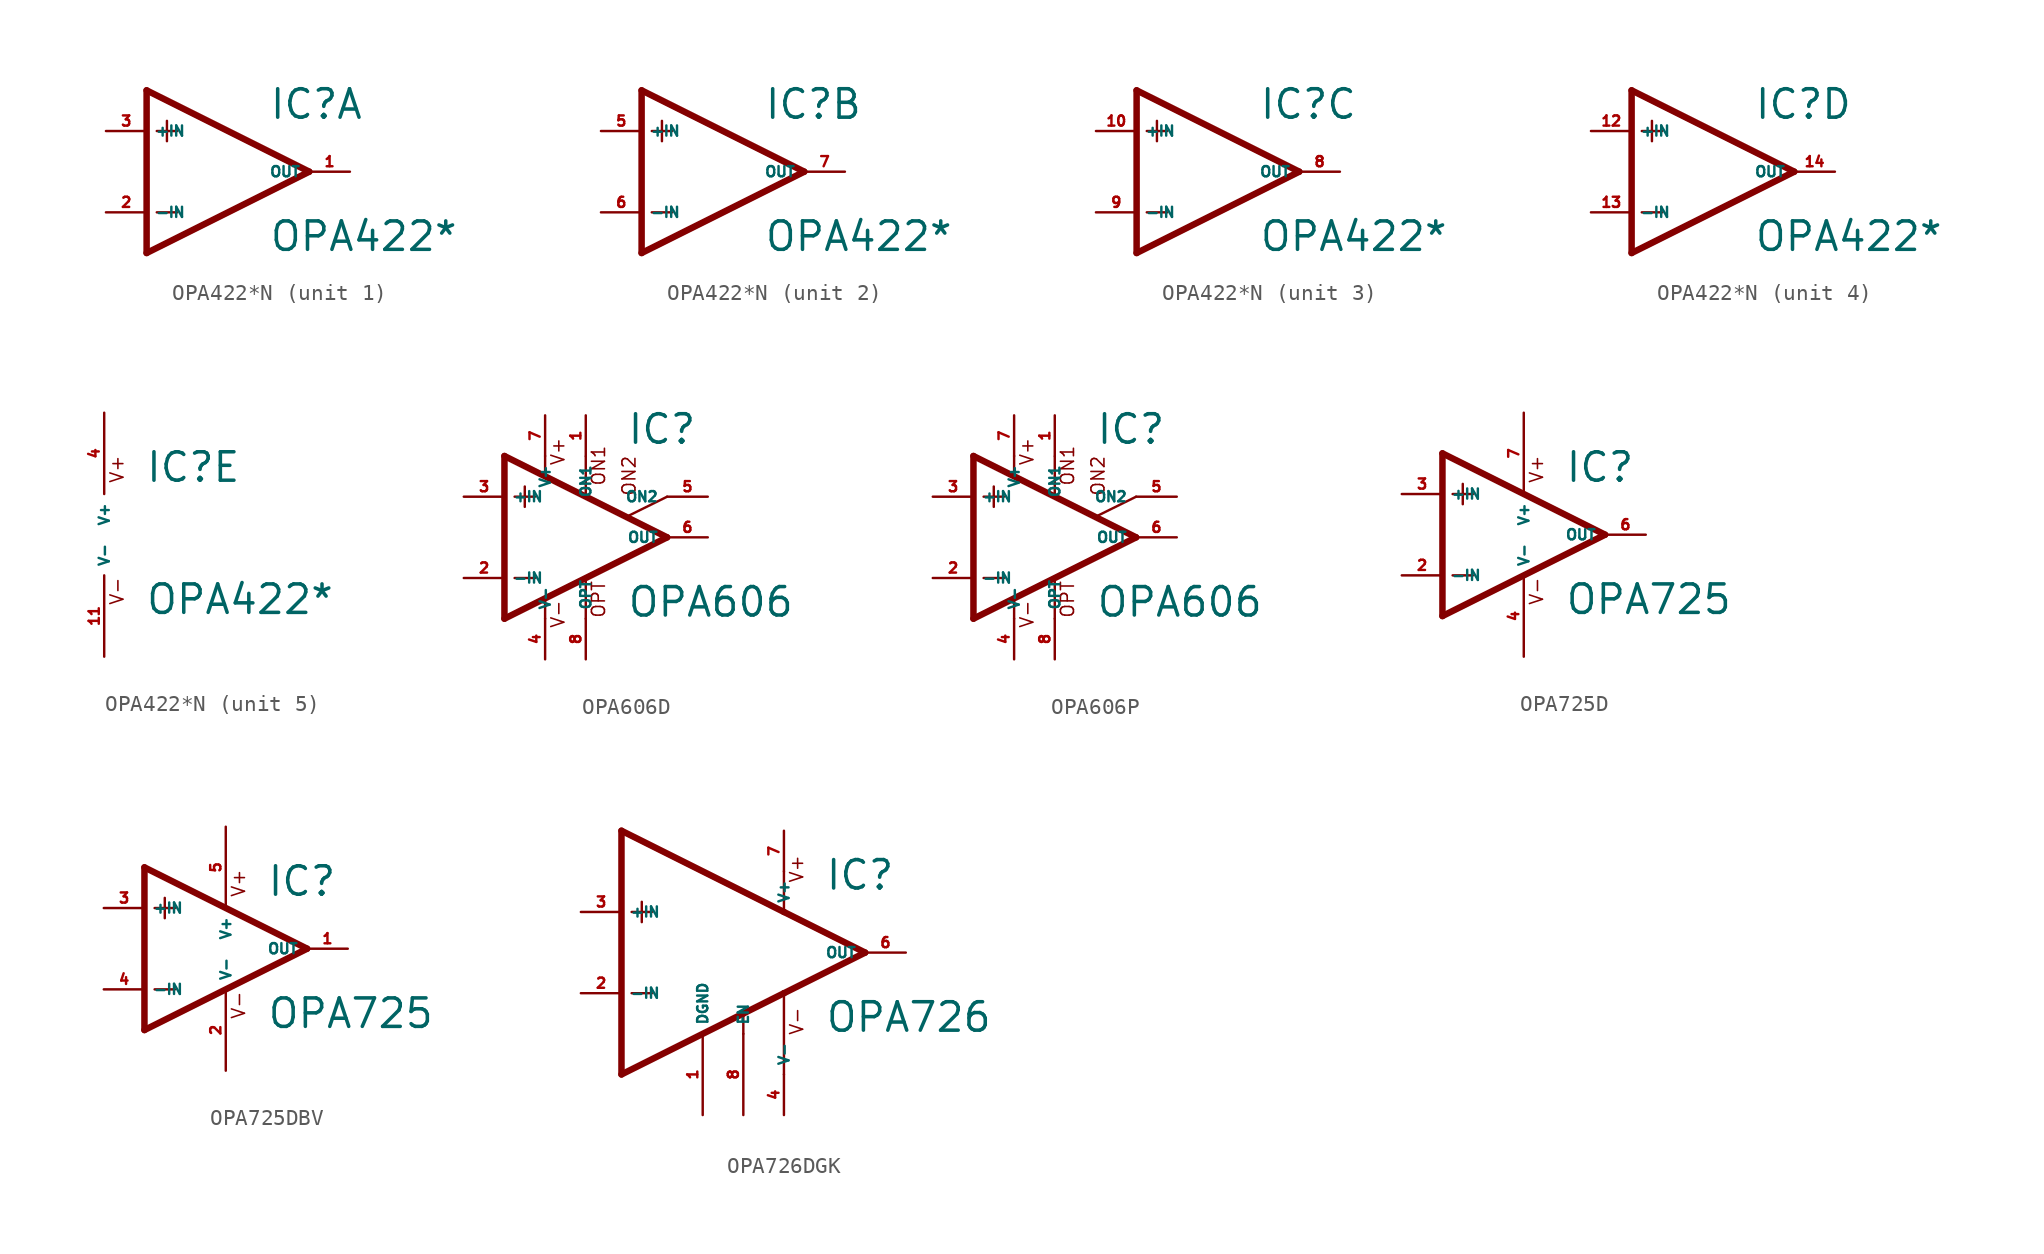
<source format=kicad_sym>
(kicad_symbol_lib
  (version 20220914)
  (generator Eagle2Kicad)
  (symbol "OPA422*N"
    (property "Reference" "IC"
      (at 2.54 3.175 0)
      (effects (font (size 1.778 1.778) (thickness 0.22)) (justify left bottom)))
    (property "Value" "OPA422*"
      (at 2.54 -5.08 0)
      (effects (font (size 1.778 1.778) (thickness 0.22)) (justify left bottom)))
    (symbol "OPA422*N_1_0"
      (polyline (pts (xy -5.08 5.08) (xy -5.08 -5.08)) (stroke (width 0.406) (type default)) (fill (type none)))
      (polyline (pts (xy -5.08 -5.08) (xy 5.08 0)) (stroke (width 0.406) (type default)) (fill (type none)))
      (polyline (pts (xy 5.08 0) (xy -5.08 5.08)) (stroke (width 0.406) (type default)) (fill (type none)))
      (polyline (pts (xy -3.81 3.175) (xy -3.81 1.905)) (stroke (width 0.152) (type default)) (fill (type none)))
      (polyline (pts (xy -4.445 2.54) (xy -3.175 2.54)) (stroke (width 0.152) (type default)) (fill (type none)))
      (polyline (pts (xy -4.445 -2.54) (xy -3.175 -2.54)) (stroke (width 0.152) (type default)) (fill (type none)))
      (pin input line (at -7.62 -2.54 0) (length 2.54) (name "-IN" (effects (font (size 0.635 0.635) (thickness 0.08)) (justify left bottom))) (number "2" (effects (font (size 0.635 0.635) (thickness 0.08)) (justify left bottom))))
      (pin input line (at -7.62 2.54 0) (length 2.54) (name "+IN" (effects (font (size 0.635 0.635) (thickness 0.08)) (justify left bottom))) (number "3" (effects (font (size 0.635 0.635) (thickness 0.08)) (justify left bottom))))
      (pin output line (at 7.62 0 180) (length 2.54) (name "OUT" (effects (font (size 0.635 0.635) (thickness 0.08)) (justify left bottom))) (number "1" (effects (font (size 0.635 0.635) (thickness 0.08)) (justify left bottom)))))
    (symbol "OPA422*N_2_0"
      (polyline (pts (xy -5.08 5.08) (xy -5.08 -5.08)) (stroke (width 0.406) (type default)) (fill (type none)))
      (polyline (pts (xy -5.08 -5.08) (xy 5.08 0)) (stroke (width 0.406) (type default)) (fill (type none)))
      (polyline (pts (xy 5.08 0) (xy -5.08 5.08)) (stroke (width 0.406) (type default)) (fill (type none)))
      (polyline (pts (xy -3.81 3.175) (xy -3.81 1.905)) (stroke (width 0.152) (type default)) (fill (type none)))
      (polyline (pts (xy -4.445 2.54) (xy -3.175 2.54)) (stroke (width 0.152) (type default)) (fill (type none)))
      (polyline (pts (xy -4.445 -2.54) (xy -3.175 -2.54)) (stroke (width 0.152) (type default)) (fill (type none)))
      (pin input line (at -7.62 -2.54 0) (length 2.54) (name "-IN" (effects (font (size 0.635 0.635) (thickness 0.08)) (justify left bottom))) (number "6" (effects (font (size 0.635 0.635) (thickness 0.08)) (justify left bottom))))
      (pin input line (at -7.62 2.54 0) (length 2.54) (name "+IN" (effects (font (size 0.635 0.635) (thickness 0.08)) (justify left bottom))) (number "5" (effects (font (size 0.635 0.635) (thickness 0.08)) (justify left bottom))))
      (pin output line (at 7.62 0 180) (length 2.54) (name "OUT" (effects (font (size 0.635 0.635) (thickness 0.08)) (justify left bottom))) (number "7" (effects (font (size 0.635 0.635) (thickness 0.08)) (justify left bottom)))))
    (symbol "OPA422*N_3_0"
      (polyline (pts (xy -5.08 5.08) (xy -5.08 -5.08)) (stroke (width 0.406) (type default)) (fill (type none)))
      (polyline (pts (xy -5.08 -5.08) (xy 5.08 0)) (stroke (width 0.406) (type default)) (fill (type none)))
      (polyline (pts (xy 5.08 0) (xy -5.08 5.08)) (stroke (width 0.406) (type default)) (fill (type none)))
      (polyline (pts (xy -3.81 3.175) (xy -3.81 1.905)) (stroke (width 0.152) (type default)) (fill (type none)))
      (polyline (pts (xy -4.445 2.54) (xy -3.175 2.54)) (stroke (width 0.152) (type default)) (fill (type none)))
      (polyline (pts (xy -4.445 -2.54) (xy -3.175 -2.54)) (stroke (width 0.152) (type default)) (fill (type none)))
      (pin input line (at -7.62 -2.54 0) (length 2.54) (name "-IN" (effects (font (size 0.635 0.635) (thickness 0.08)) (justify left bottom))) (number "9" (effects (font (size 0.635 0.635) (thickness 0.08)) (justify left bottom))))
      (pin input line (at -7.62 2.54 0) (length 2.54) (name "+IN" (effects (font (size 0.635 0.635) (thickness 0.08)) (justify left bottom))) (number "10" (effects (font (size 0.635 0.635) (thickness 0.08)) (justify left bottom))))
      (pin output line (at 7.62 0 180) (length 2.54) (name "OUT" (effects (font (size 0.635 0.635) (thickness 0.08)) (justify left bottom))) (number "8" (effects (font (size 0.635 0.635) (thickness 0.08)) (justify left bottom)))))
    (symbol "OPA422*N_4_0"
      (polyline (pts (xy -5.08 5.08) (xy -5.08 -5.08)) (stroke (width 0.406) (type default)) (fill (type none)))
      (polyline (pts (xy -5.08 -5.08) (xy 5.08 0)) (stroke (width 0.406) (type default)) (fill (type none)))
      (polyline (pts (xy 5.08 0) (xy -5.08 5.08)) (stroke (width 0.406) (type default)) (fill (type none)))
      (polyline (pts (xy -3.81 3.175) (xy -3.81 1.905)) (stroke (width 0.152) (type default)) (fill (type none)))
      (polyline (pts (xy -4.445 2.54) (xy -3.175 2.54)) (stroke (width 0.152) (type default)) (fill (type none)))
      (polyline (pts (xy -4.445 -2.54) (xy -3.175 -2.54)) (stroke (width 0.152) (type default)) (fill (type none)))
      (pin input line (at -7.62 -2.54 0) (length 2.54) (name "-IN" (effects (font (size 0.635 0.635) (thickness 0.08)) (justify left bottom))) (number "13" (effects (font (size 0.635 0.635) (thickness 0.08)) (justify left bottom))))
      (pin input line (at -7.62 2.54 0) (length 2.54) (name "+IN" (effects (font (size 0.635 0.635) (thickness 0.08)) (justify left bottom))) (number "12" (effects (font (size 0.635 0.635) (thickness 0.08)) (justify left bottom))))
      (pin output line (at 7.62 0 180) (length 2.54) (name "OUT" (effects (font (size 0.635 0.635) (thickness 0.08)) (justify left bottom))) (number "14" (effects (font (size 0.635 0.635) (thickness 0.08)) (justify left bottom)))))
    (symbol "OPA422*N_5_0"
      (text "V+" (at 1.27 3.175 900) (effects (font (size 0.813 0.813) (thickness 0.10)) (justify left bottom)))
      (text "V-" (at 1.27 -4.445 900) (effects (font (size 0.813 0.813) (thickness 0.10)) (justify left bottom)))
      (pin unspecified line (at 0 7.62 270) (length 5.08) (name "V+" (effects (font (size 0.635 0.635) (thickness 0.08)) (justify left bottom))) (number "4" (effects (font (size 0.635 0.635) (thickness 0.08)) (justify left bottom))))
      (pin unspecified line (at 0 -7.62 90) (length 5.08) (name "V-" (effects (font (size 0.635 0.635) (thickness 0.08)) (justify left bottom))) (number "11" (effects (font (size 0.635 0.635) (thickness 0.08)) (justify left bottom))))))
  (symbol "OPA606D"
    (property "Reference" "IC"
      (at 2.54 5.715 0)
      (effects (font (size 1.778 1.778) (thickness 0.22)) (justify left bottom)))
    (property "Value" "OPA606"
      (at 2.54 -5.08 0)
      (effects (font (size 1.778 1.778) (thickness 0.22)) (justify left bottom)))
    (polyline
      (pts (xy -3.81 3.175) (xy -3.81 1.905))
      (stroke (width 0.152) (type default))
      (fill (type none)))
    (polyline
      (pts (xy -4.445 2.54) (xy -3.175 2.54))
      (stroke (width 0.152) (type default))
      (fill (type none)))
    (polyline
      (pts (xy -4.445 -2.54) (xy -3.175 -2.54))
      (stroke (width 0.152) (type default))
      (fill (type none)))
    (polyline
      (pts (xy -2.54 5.08) (xy -2.54 3.886))
      (stroke (width 0.152) (type default))
      (fill (type none)))
    (polyline
      (pts (xy 0 5.055) (xy 0 2.616))
      (stroke (width 0.152) (type default))
      (fill (type none)))
    (polyline
      (pts (xy 0 -2.616) (xy 0 -5.08))
      (stroke (width 0.152) (type default))
      (fill (type none)))
    (polyline
      (pts (xy -2.54 -3.912) (xy -2.54 -5.08))
      (stroke (width 0.152) (type default))
      (fill (type none)))
    (polyline
      (pts (xy 5.08 2.54) (xy 2.616 1.321))
      (stroke (width 0.152) (type default))
      (fill (type none)))
    (polyline
      (pts (xy 5.08 0) (xy -5.08 5.08))
      (stroke (width 0.406) (type default))
      (fill (type none)))
    (polyline
      (pts (xy -5.08 5.08) (xy -5.08 -5.08))
      (stroke (width 0.406) (type default))
      (fill (type none)))
    (polyline
      (pts (xy -5.08 -5.08) (xy 5.08 0))
      (stroke (width 0.406) (type default))
      (fill (type none)))
    (text "ON1"
      (at 1.27 3.175 900)
      (effects (font (size 0.813 0.813) (thickness 0.10)) (justify left bottom)))
    (text "ON2"
      (at 3.175 2.54 900)
      (effects (font (size 0.813 0.813) (thickness 0.10)) (justify left bottom)))
    (text "OPT"
      (at 1.27 -5.08 900)
      (effects (font (size 0.813 0.813) (thickness 0.10)) (justify left bottom)))
    (text "V+"
      (at -1.27 4.445 900)
      (effects (font (size 0.813 0.813) (thickness 0.10)) (justify left bottom)))
    (text "V-"
      (at -1.27 -5.715 900)
      (effects (font (size 0.813 0.813) (thickness 0.10)) (justify left bottom)))
    (pin passive line
      (at 7.62 2.54 180)
      (length 2.54)
      (name "ON2" (effects (font (size 0.635 0.635) (thickness 0.08)) (justify left bottom)))
      (number "5" (effects (font (size 0.635 0.635) (thickness 0.08)) (justify left bottom))))
    (pin passive line
      (at 0 7.62 270)
      (length 2.54)
      (name "ON1" (effects (font (size 0.635 0.635) (thickness 0.08)) (justify left bottom)))
      (number "1" (effects (font (size 0.635 0.635) (thickness 0.08)) (justify left bottom))))
    (pin input line
      (at -7.62 -2.54 0)
      (length 2.54)
      (name "-IN" (effects (font (size 0.635 0.635) (thickness 0.08)) (justify left bottom)))
      (number "2" (effects (font (size 0.635 0.635) (thickness 0.08)) (justify left bottom))))
    (pin input line
      (at -7.62 2.54 0)
      (length 2.54)
      (name "+IN" (effects (font (size 0.635 0.635) (thickness 0.08)) (justify left bottom)))
      (number "3" (effects (font (size 0.635 0.635) (thickness 0.08)) (justify left bottom))))
    (pin output line
      (at 7.62 0 180)
      (length 2.54)
      (name "OUT" (effects (font (size 0.635 0.635) (thickness 0.08)) (justify left bottom)))
      (number "6" (effects (font (size 0.635 0.635) (thickness 0.08)) (justify left bottom))))
    (pin passive line
      (at 0 -7.62 90)
      (length 2.54)
      (name "OPT" (effects (font (size 0.635 0.635) (thickness 0.08)) (justify left bottom)))
      (number "8" (effects (font (size 0.635 0.635) (thickness 0.08)) (justify left bottom))))
    (pin unspecified line
      (at -2.54 7.62 270)
      (length 2.54)
      (name "V+" (effects (font (size 0.635 0.635) (thickness 0.08)) (justify left bottom)))
      (number "7" (effects (font (size 0.635 0.635) (thickness 0.08)) (justify left bottom))))
    (pin unspecified line
      (at -2.54 -7.62 90)
      (length 2.54)
      (name "V-" (effects (font (size 0.635 0.635) (thickness 0.08)) (justify left bottom)))
      (number "4" (effects (font (size 0.635 0.635) (thickness 0.08)) (justify left bottom)))))
  (symbol "OPA606P"
    (property "Reference" "IC"
      (at 2.54 5.715 0)
      (effects (font (size 1.778 1.778) (thickness 0.22)) (justify left bottom)))
    (property "Value" "OPA606"
      (at 2.54 -5.08 0)
      (effects (font (size 1.778 1.778) (thickness 0.22)) (justify left bottom)))
    (polyline
      (pts (xy -3.81 3.175) (xy -3.81 1.905))
      (stroke (width 0.152) (type default))
      (fill (type none)))
    (polyline
      (pts (xy -4.445 2.54) (xy -3.175 2.54))
      (stroke (width 0.152) (type default))
      (fill (type none)))
    (polyline
      (pts (xy -4.445 -2.54) (xy -3.175 -2.54))
      (stroke (width 0.152) (type default))
      (fill (type none)))
    (polyline
      (pts (xy -2.54 5.08) (xy -2.54 3.886))
      (stroke (width 0.152) (type default))
      (fill (type none)))
    (polyline
      (pts (xy 0 5.055) (xy 0 2.616))
      (stroke (width 0.152) (type default))
      (fill (type none)))
    (polyline
      (pts (xy 0 -2.616) (xy 0 -5.08))
      (stroke (width 0.152) (type default))
      (fill (type none)))
    (polyline
      (pts (xy -2.54 -3.912) (xy -2.54 -5.08))
      (stroke (width 0.152) (type default))
      (fill (type none)))
    (polyline
      (pts (xy 5.08 2.54) (xy 2.616 1.321))
      (stroke (width 0.152) (type default))
      (fill (type none)))
    (polyline
      (pts (xy 5.08 0) (xy -5.08 5.08))
      (stroke (width 0.406) (type default))
      (fill (type none)))
    (polyline
      (pts (xy -5.08 5.08) (xy -5.08 -5.08))
      (stroke (width 0.406) (type default))
      (fill (type none)))
    (polyline
      (pts (xy -5.08 -5.08) (xy 5.08 0))
      (stroke (width 0.406) (type default))
      (fill (type none)))
    (text "ON1"
      (at 1.27 3.175 900)
      (effects (font (size 0.813 0.813) (thickness 0.10)) (justify left bottom)))
    (text "ON2"
      (at 3.175 2.54 900)
      (effects (font (size 0.813 0.813) (thickness 0.10)) (justify left bottom)))
    (text "OPT"
      (at 1.27 -5.08 900)
      (effects (font (size 0.813 0.813) (thickness 0.10)) (justify left bottom)))
    (text "V+"
      (at -1.27 4.445 900)
      (effects (font (size 0.813 0.813) (thickness 0.10)) (justify left bottom)))
    (text "V-"
      (at -1.27 -5.715 900)
      (effects (font (size 0.813 0.813) (thickness 0.10)) (justify left bottom)))
    (pin passive line
      (at 7.62 2.54 180)
      (length 2.54)
      (name "ON2" (effects (font (size 0.635 0.635) (thickness 0.08)) (justify left bottom)))
      (number "5" (effects (font (size 0.635 0.635) (thickness 0.08)) (justify left bottom))))
    (pin passive line
      (at 0 7.62 270)
      (length 2.54)
      (name "ON1" (effects (font (size 0.635 0.635) (thickness 0.08)) (justify left bottom)))
      (number "1" (effects (font (size 0.635 0.635) (thickness 0.08)) (justify left bottom))))
    (pin input line
      (at -7.62 -2.54 0)
      (length 2.54)
      (name "-IN" (effects (font (size 0.635 0.635) (thickness 0.08)) (justify left bottom)))
      (number "2" (effects (font (size 0.635 0.635) (thickness 0.08)) (justify left bottom))))
    (pin input line
      (at -7.62 2.54 0)
      (length 2.54)
      (name "+IN" (effects (font (size 0.635 0.635) (thickness 0.08)) (justify left bottom)))
      (number "3" (effects (font (size 0.635 0.635) (thickness 0.08)) (justify left bottom))))
    (pin output line
      (at 7.62 0 180)
      (length 2.54)
      (name "OUT" (effects (font (size 0.635 0.635) (thickness 0.08)) (justify left bottom)))
      (number "6" (effects (font (size 0.635 0.635) (thickness 0.08)) (justify left bottom))))
    (pin passive line
      (at 0 -7.62 90)
      (length 2.54)
      (name "OPT" (effects (font (size 0.635 0.635) (thickness 0.08)) (justify left bottom)))
      (number "8" (effects (font (size 0.635 0.635) (thickness 0.08)) (justify left bottom))))
    (pin unspecified line
      (at -2.54 7.62 270)
      (length 2.54)
      (name "V+" (effects (font (size 0.635 0.635) (thickness 0.08)) (justify left bottom)))
      (number "7" (effects (font (size 0.635 0.635) (thickness 0.08)) (justify left bottom))))
    (pin unspecified line
      (at -2.54 -7.62 90)
      (length 2.54)
      (name "V-" (effects (font (size 0.635 0.635) (thickness 0.08)) (justify left bottom)))
      (number "4" (effects (font (size 0.635 0.635) (thickness 0.08)) (justify left bottom)))))
  (symbol "OPA725D"
    (property "Reference" "IC"
      (at 2.54 3.175 0)
      (effects (font (size 1.778 1.778) (thickness 0.22)) (justify left bottom)))
    (property "Value" "OPA725"
      (at 2.54 -5.08 0)
      (effects (font (size 1.778 1.778) (thickness 0.22)) (justify left bottom)))
    (polyline
      (pts (xy -5.08 5.08) (xy -5.08 -5.08))
      (stroke (width 0.406) (type default))
      (fill (type none)))
    (polyline
      (pts (xy -5.08 -5.08) (xy 5.08 0))
      (stroke (width 0.406) (type default))
      (fill (type none)))
    (polyline
      (pts (xy 5.08 0) (xy -5.08 5.08))
      (stroke (width 0.406) (type default))
      (fill (type none)))
    (polyline
      (pts (xy -3.81 3.175) (xy -3.81 1.905))
      (stroke (width 0.152) (type default))
      (fill (type none)))
    (polyline
      (pts (xy -4.445 2.54) (xy -3.175 2.54))
      (stroke (width 0.152) (type default))
      (fill (type none)))
    (polyline
      (pts (xy -4.445 -2.54) (xy -3.175 -2.54))
      (stroke (width 0.152) (type default))
      (fill (type none)))
    (text "V+"
      (at 1.27 3.175 900)
      (effects (font (size 0.813 0.813) (thickness 0.10)) (justify left bottom)))
    (text "V-"
      (at 1.27 -4.445 900)
      (effects (font (size 0.813 0.813) (thickness 0.10)) (justify left bottom)))
    (pin input line
      (at -7.62 -2.54 0)
      (length 2.54)
      (name "-IN" (effects (font (size 0.635 0.635) (thickness 0.08)) (justify left bottom)))
      (number "2" (effects (font (size 0.635 0.635) (thickness 0.08)) (justify left bottom))))
    (pin input line
      (at -7.62 2.54 0)
      (length 2.54)
      (name "+IN" (effects (font (size 0.635 0.635) (thickness 0.08)) (justify left bottom)))
      (number "3" (effects (font (size 0.635 0.635) (thickness 0.08)) (justify left bottom))))
    (pin output line
      (at 7.62 0 180)
      (length 2.54)
      (name "OUT" (effects (font (size 0.635 0.635) (thickness 0.08)) (justify left bottom)))
      (number "6" (effects (font (size 0.635 0.635) (thickness 0.08)) (justify left bottom))))
    (pin unspecified line
      (at 0 7.62 270)
      (length 5.08)
      (name "V+" (effects (font (size 0.635 0.635) (thickness 0.08)) (justify left bottom)))
      (number "7" (effects (font (size 0.635 0.635) (thickness 0.08)) (justify left bottom))))
    (pin unspecified line
      (at 0 -7.62 90)
      (length 5.08)
      (name "V-" (effects (font (size 0.635 0.635) (thickness 0.08)) (justify left bottom)))
      (number "4" (effects (font (size 0.635 0.635) (thickness 0.08)) (justify left bottom)))))
  (symbol "OPA725DBV"
    (property "Reference" "IC"
      (at 2.54 3.175 0)
      (effects (font (size 1.778 1.778) (thickness 0.22)) (justify left bottom)))
    (property "Value" "OPA725"
      (at 2.54 -5.08 0)
      (effects (font (size 1.778 1.778) (thickness 0.22)) (justify left bottom)))
    (polyline
      (pts (xy -5.08 5.08) (xy -5.08 -5.08))
      (stroke (width 0.406) (type default))
      (fill (type none)))
    (polyline
      (pts (xy -5.08 -5.08) (xy 5.08 0))
      (stroke (width 0.406) (type default))
      (fill (type none)))
    (polyline
      (pts (xy 5.08 0) (xy -5.08 5.08))
      (stroke (width 0.406) (type default))
      (fill (type none)))
    (polyline
      (pts (xy -3.81 3.175) (xy -3.81 1.905))
      (stroke (width 0.152) (type default))
      (fill (type none)))
    (polyline
      (pts (xy -4.445 2.54) (xy -3.175 2.54))
      (stroke (width 0.152) (type default))
      (fill (type none)))
    (polyline
      (pts (xy -4.445 -2.54) (xy -3.175 -2.54))
      (stroke (width 0.152) (type default))
      (fill (type none)))
    (text "V+"
      (at 1.27 3.175 900)
      (effects (font (size 0.813 0.813) (thickness 0.10)) (justify left bottom)))
    (text "V-"
      (at 1.27 -4.445 900)
      (effects (font (size 0.813 0.813) (thickness 0.10)) (justify left bottom)))
    (pin input line
      (at -7.62 -2.54 0)
      (length 2.54)
      (name "-IN" (effects (font (size 0.635 0.635) (thickness 0.08)) (justify left bottom)))
      (number "4" (effects (font (size 0.635 0.635) (thickness 0.08)) (justify left bottom))))
    (pin input line
      (at -7.62 2.54 0)
      (length 2.54)
      (name "+IN" (effects (font (size 0.635 0.635) (thickness 0.08)) (justify left bottom)))
      (number "3" (effects (font (size 0.635 0.635) (thickness 0.08)) (justify left bottom))))
    (pin output line
      (at 7.62 0 180)
      (length 2.54)
      (name "OUT" (effects (font (size 0.635 0.635) (thickness 0.08)) (justify left bottom)))
      (number "1" (effects (font (size 0.635 0.635) (thickness 0.08)) (justify left bottom))))
    (pin unspecified line
      (at 0 7.62 270)
      (length 5.08)
      (name "V+" (effects (font (size 0.635 0.635) (thickness 0.08)) (justify left bottom)))
      (number "5" (effects (font (size 0.635 0.635) (thickness 0.08)) (justify left bottom))))
    (pin unspecified line
      (at 0 -7.62 90)
      (length 5.08)
      (name "V-" (effects (font (size 0.635 0.635) (thickness 0.08)) (justify left bottom)))
      (number "2" (effects (font (size 0.635 0.635) (thickness 0.08)) (justify left bottom)))))
  (symbol "OPA726DGK"
    (property "Reference" "IC"
      (at 7.62 3.81 0)
      (effects (font (size 1.778 1.778) (thickness 0.22)) (justify left bottom)))
    (property "Value" "OPA726"
      (at 7.62 -5.08 0)
      (effects (font (size 1.778 1.778) (thickness 0.22)) (justify left bottom)))
    (polyline
      (pts (xy -5.08 7.62) (xy -5.08 -7.62))
      (stroke (width 0.406) (type default))
      (fill (type none)))
    (polyline
      (pts (xy -5.08 -7.62) (xy 2.54 -3.81))
      (stroke (width 0.406) (type default))
      (fill (type none)))
    (polyline
      (pts (xy 2.54 -3.81) (xy 5.08 -2.54))
      (stroke (width 0.406) (type default))
      (fill (type none)))
    (polyline
      (pts (xy 5.08 -2.54) (xy 10.16 0))
      (stroke (width 0.406) (type default))
      (fill (type none)))
    (polyline
      (pts (xy 10.16 0) (xy 5.08 2.54))
      (stroke (width 0.406) (type default))
      (fill (type none)))
    (polyline
      (pts (xy 5.08 2.54) (xy -5.08 7.62))
      (stroke (width 0.406) (type default))
      (fill (type none)))
    (polyline
      (pts (xy -3.81 3.175) (xy -3.81 1.905))
      (stroke (width 0.152) (type default))
      (fill (type none)))
    (polyline
      (pts (xy -4.445 2.54) (xy -3.175 2.54))
      (stroke (width 0.152) (type default))
      (fill (type none)))
    (polyline
      (pts (xy -4.445 -2.54) (xy -3.175 -2.54))
      (stroke (width 0.152) (type default))
      (fill (type none)))
    (polyline
      (pts (xy 2.54 -5.08) (xy 2.54 -3.81))
      (stroke (width 0.152) (type default))
      (fill (type none)))
    (polyline
      (pts (xy 5.08 -7.62) (xy 5.08 -2.54))
      (stroke (width 0.152) (type default))
      (fill (type none)))
    (polyline
      (pts (xy 5.08 2.54) (xy 5.08 5.08))
      (stroke (width 0.152) (type default))
      (fill (type none)))
    (text "V+"
      (at 6.35 4.318 900)
      (effects (font (size 0.813 0.813) (thickness 0.10)) (justify left bottom)))
    (text "V-"
      (at 6.35 -5.207 900)
      (effects (font (size 0.813 0.813) (thickness 0.10)) (justify left bottom)))
    (pin input line
      (at -7.62 -2.54 0)
      (length 2.54)
      (name "-IN" (effects (font (size 0.635 0.635) (thickness 0.08)) (justify left bottom)))
      (number "2" (effects (font (size 0.635 0.635) (thickness 0.08)) (justify left bottom))))
    (pin input line
      (at -7.62 2.54 0)
      (length 2.54)
      (name "+IN" (effects (font (size 0.635 0.635) (thickness 0.08)) (justify left bottom)))
      (number "3" (effects (font (size 0.635 0.635) (thickness 0.08)) (justify left bottom))))
    (pin output line
      (at 12.7 0 180)
      (length 2.54)
      (name "OUT" (effects (font (size 0.635 0.635) (thickness 0.08)) (justify left bottom)))
      (number "6" (effects (font (size 0.635 0.635) (thickness 0.08)) (justify left bottom))))
    (pin unspecified line
      (at 5.08 7.62 270)
      (length 2.54)
      (name "V+" (effects (font (size 0.635 0.635) (thickness 0.08)) (justify left bottom)))
      (number "7" (effects (font (size 0.635 0.635) (thickness 0.08)) (justify left bottom))))
    (pin unspecified line
      (at 5.08 -10.16 90)
      (length 2.54)
      (name "V-" (effects (font (size 0.635 0.635) (thickness 0.08)) (justify left bottom)))
      (number "4" (effects (font (size 0.635 0.635) (thickness 0.08)) (justify left bottom))))
    (pin input line
      (at 2.54 -10.16 90)
      (length 5.08)
      (name "EN" (effects (font (size 0.635 0.635) (thickness 0.08)) (justify left bottom)))
      (number "8" (effects (font (size 0.635 0.635) (thickness 0.08)) (justify left bottom))))
    (pin input line
      (at 0 -10.16 90)
      (length 5.08)
      (name "DGND" (effects (font (size 0.635 0.635) (thickness 0.08)) (justify left bottom)))
      (number "1" (effects (font (size 0.635 0.635) (thickness 0.08)) (justify left bottom))))))
</source>
